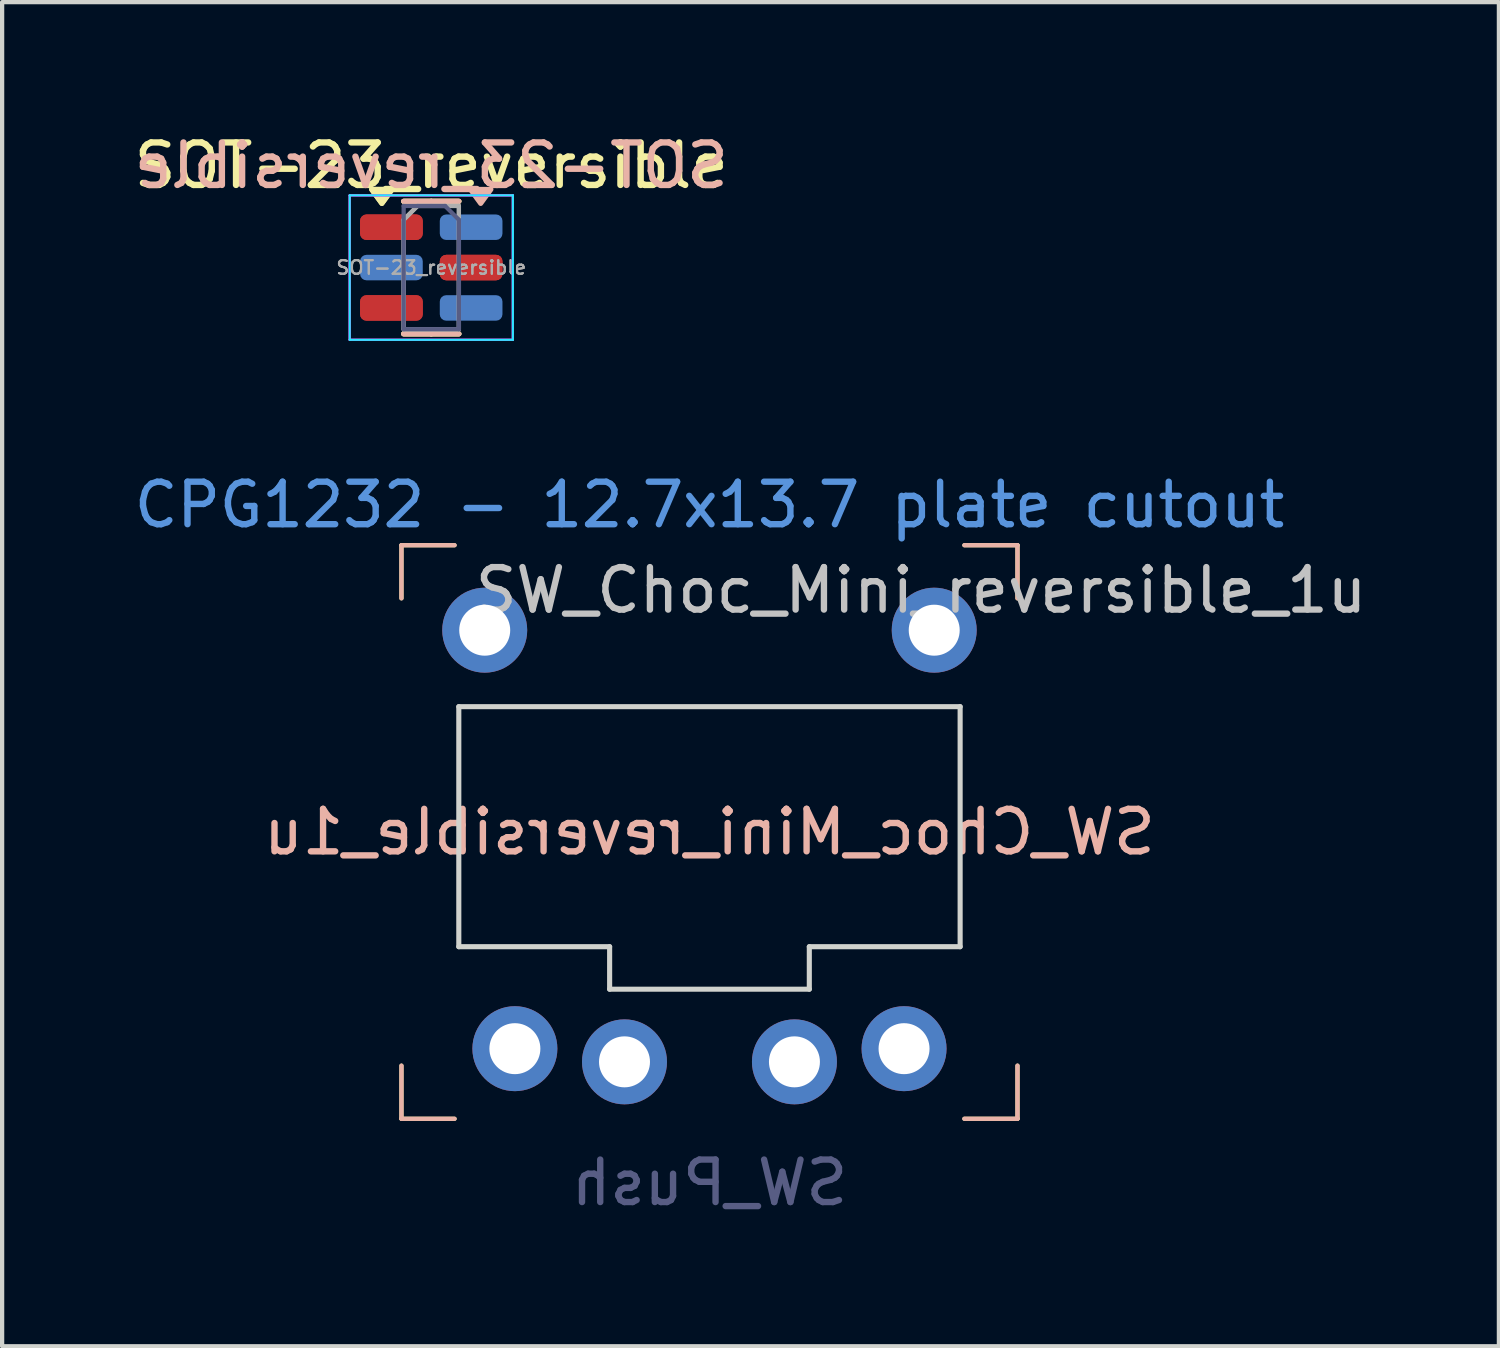
<source format=kicad_pcb>
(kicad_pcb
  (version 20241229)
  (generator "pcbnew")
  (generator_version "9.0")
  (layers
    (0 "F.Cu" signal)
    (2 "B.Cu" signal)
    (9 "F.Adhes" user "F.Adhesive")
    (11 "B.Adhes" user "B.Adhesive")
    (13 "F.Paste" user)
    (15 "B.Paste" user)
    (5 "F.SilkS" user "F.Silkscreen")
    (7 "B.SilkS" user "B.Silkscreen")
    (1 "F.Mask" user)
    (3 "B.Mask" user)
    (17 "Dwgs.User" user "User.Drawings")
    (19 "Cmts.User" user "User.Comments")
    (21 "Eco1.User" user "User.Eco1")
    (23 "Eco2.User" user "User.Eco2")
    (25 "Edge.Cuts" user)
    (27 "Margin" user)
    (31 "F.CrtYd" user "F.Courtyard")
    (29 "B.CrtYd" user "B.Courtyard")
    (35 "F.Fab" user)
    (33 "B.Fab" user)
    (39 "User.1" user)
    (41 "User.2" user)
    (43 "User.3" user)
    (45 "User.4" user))
  (footprint "SOT-23_reversible"
    (layer "F.Cu")
    (at 7.101 3.248)
    (property "Reference" "SOT-23_reversible" (at 0 -2.4 0) (layer "F.SilkS") (effects (font (size 1 1) (thickness 0.15))))
    (attr smd)
    (fp_line (start 0 -1.56) (end -0.65 -1.56) (stroke (width 0.12) (type solid)) (layer "F.SilkS"))
    (fp_line (start 0 -1.56) (end -0.65 -1.56) (stroke (width 0.12) (type solid)) (layer "F.SilkS"))
    (fp_line (start 0 -1.56) (end 0.65 -1.56) (stroke (width 0.12) (type solid)) (layer "F.SilkS"))
    (fp_line (start 0 -1.56) (end 0.65 -1.56) (stroke (width 0.12) (type solid)) (layer "F.SilkS"))
    (fp_line (start 0 1.56) (end -0.65 1.56) (stroke (width 0.12) (type solid)) (layer "F.SilkS"))
    (fp_line (start 0 1.56) (end -0.65 1.56) (stroke (width 0.12) (type solid)) (layer "F.SilkS"))
    (fp_line (start 0 1.56) (end 0.65 1.56) (stroke (width 0.12) (type solid)) (layer "F.SilkS"))
    (fp_line (start 0 1.56) (end 0.65 1.56) (stroke (width 0.12) (type solid)) (layer "F.SilkS"))
    (fp_poly (pts (xy -1.163 -1.51) (xy -1.403 -1.84) (xy -0.922 -1.84) (xy -1.163 -1.51)) (stroke (width 0.12) (type solid)) (fill yes) (layer "F.SilkS"))
    (fp_poly (pts (xy -1.163 -1.51) (xy -1.403 -1.84) (xy -0.922 -1.84) (xy -1.163 -1.51)) (stroke (width 0.12) (type solid)) (fill yes) (layer "F.SilkS"))
    (fp_line (start 0 -1.56) (end -0.65 -1.56) (stroke (width 0.12) (type solid)) (layer "B.SilkS"))
    (fp_line (start 0 -1.56) (end 0.65 -1.56) (stroke (width 0.12) (type solid)) (layer "B.SilkS"))
    (fp_line (start 0 1.56) (end -0.65 1.56) (stroke (width 0.12) (type solid)) (layer "B.SilkS"))
    (fp_line (start 0 1.56) (end 0.65 1.56) (stroke (width 0.12) (type solid)) (layer "B.SilkS"))
    (fp_poly (pts (xy 1.163 -1.51) (xy 1.403 -1.84) (xy 0.922 -1.84) (xy 1.163 -1.51)) (stroke (width 0.12) (type solid)) (fill yes) (layer "B.SilkS"))
    (fp_line (start -1.92 -1.7) (end 1.92 -1.7) (stroke (width 0.05) (type solid)) (layer "B.CrtYd"))
    (fp_line (start -1.92 1.7) (end -1.92 -1.7) (stroke (width 0.05) (type solid)) (layer "B.CrtYd"))
    (fp_line (start 1.92 -1.7) (end 1.92 1.7) (stroke (width 0.05) (type solid)) (layer "B.CrtYd"))
    (fp_line (start 1.92 1.7) (end -1.92 1.7) (stroke (width 0.05) (type solid)) (layer "B.CrtYd"))
    (fp_line (start -1.92 -1.7) (end -1.92 1.7) (stroke (width 0.05) (type solid)) (layer "F.CrtYd"))
    (fp_line (start -1.92 -1.7) (end -1.92 1.7) (stroke (width 0.05) (type solid)) (layer "F.CrtYd"))
    (fp_line (start -1.92 1.7) (end 1.92 1.7) (stroke (width 0.05) (type solid)) (layer "F.CrtYd"))
    (fp_line (start -1.92 1.7) (end 1.92 1.7) (stroke (width 0.05) (type solid)) (layer "F.CrtYd"))
    (fp_line (start 1.92 -1.7) (end -1.92 -1.7) (stroke (width 0.05) (type solid)) (layer "F.CrtYd"))
    (fp_line (start 1.92 -1.7) (end -1.92 -1.7) (stroke (width 0.05) (type solid)) (layer "F.CrtYd"))
    (fp_line (start 1.92 1.7) (end 1.92 -1.7) (stroke (width 0.05) (type solid)) (layer "F.CrtYd"))
    (fp_line (start 1.92 1.7) (end 1.92 -1.7) (stroke (width 0.05) (type solid)) (layer "F.CrtYd"))
    (fp_line (start -0.65 -1.45) (end -0.65 1.45) (stroke (width 0.1) (type solid)) (layer "B.Fab"))
    (fp_line (start -0.65 1.45) (end 0.65 1.45) (stroke (width 0.1) (type solid)) (layer "B.Fab"))
    (fp_line (start 0.325 -1.45) (end -0.65 -1.45) (stroke (width 0.1) (type solid)) (layer "B.Fab"))
    (fp_line (start 0.65 -1.125) (end 0.325 -1.45) (stroke (width 0.1) (type solid)) (layer "B.Fab"))
    (fp_line (start 0.65 1.45) (end 0.65 -1.125) (stroke (width 0.1) (type solid)) (layer "B.Fab"))
    (fp_line (start -0.65 -1.125) (end -0.325 -1.45) (stroke (width 0.1) (type solid)) (layer "F.Fab"))
    (fp_line (start -0.65 -1.125) (end -0.325 -1.45) (stroke (width 0.1) (type solid)) (layer "F.Fab"))
    (fp_line (start -0.65 1.45) (end -0.65 -1.125) (stroke (width 0.1) (type solid)) (layer "F.Fab"))
    (fp_line (start -0.65 1.45) (end -0.65 -1.125) (stroke (width 0.1) (type solid)) (layer "F.Fab"))
    (fp_line (start -0.325 -1.45) (end 0.65 -1.45) (stroke (width 0.1) (type solid)) (layer "F.Fab"))
    (fp_line (start -0.325 -1.45) (end 0.65 -1.45) (stroke (width 0.1) (type solid)) (layer "F.Fab"))
    (fp_line (start 0.65 -1.45) (end 0.65 1.45) (stroke (width 0.1) (type solid)) (layer "F.Fab"))
    (fp_line (start 0.65 -1.45) (end 0.65 1.45) (stroke (width 0.1) (type solid)) (layer "F.Fab"))
    (fp_line (start 0.65 1.45) (end -0.65 1.45) (stroke (width 0.1) (type solid)) (layer "F.Fab"))
    (fp_line (start 0.65 1.45) (end -0.65 1.45) (stroke (width 0.1) (type solid)) (layer "F.Fab"))
    (fp_text user "${REFERENCE}" (at 0 -2.4 0) (layer "B.SilkS") (effects (font (size 1 1) (thickness 0.15)) (justify mirror)))
    (fp_text user "${REFERENCE}" (at 0 0 0) (layer "F.Fab") (effects (font (size 0.32 0.32) (thickness 0.05))))
    (fp_text user "${REFERENCE}" (at 0 0 0) (layer "F.Fab") (effects (font (size 0.32 0.32) (thickness 0.05))))
    (pad "1" smd roundrect (at -0.938 -0.95) (size 1.475 0.6) (layers "F.Cu" "F.Mask" "F.Paste") (roundrect_rratio 0.25))
    (pad "1" smd roundrect (at -0.938 -0.95) (size 1.475 0.6) (layers "F.Cu" "F.Mask" "F.Paste") (roundrect_rratio 0.25))
    (pad "1" smd roundrect (at 0.938 -0.95) (size 1.475 0.6) (layers "B.Cu" "B.Mask" "B.Paste") (roundrect_rratio 0.25))
    (pad "2" smd roundrect (at -0.938 0.95) (size 1.475 0.6) (layers "F.Cu" "F.Mask" "F.Paste") (roundrect_rratio 0.25))
    (pad "2" smd roundrect (at -0.938 0.95) (size 1.475 0.6) (layers "F.Cu" "F.Mask" "F.Paste") (roundrect_rratio 0.25))
    (pad "2" smd roundrect (at 0.938 0.95) (size 1.475 0.6) (layers "B.Cu" "B.Mask" "B.Paste") (roundrect_rratio 0.25))
    (pad "3" smd roundrect (at -0.938 0) (size 1.475 0.6) (layers "B.Cu" "B.Mask" "B.Paste") (roundrect_rratio 0.25))
    (pad "3" smd roundrect (at 0.938 0) (size 1.475 0.6) (layers "F.Cu" "F.Mask" "F.Paste") (roundrect_rratio 0.25))
    (pad "3" smd roundrect (at 0.938 0) (size 1.475 0.6) (layers "F.Cu" "F.Mask" "F.Paste") (roundrect_rratio 0.25)))
  (footprint "SW_Choc_Mini_reversible_1u"
    (layer "F.Cu")
    (at 13.649 16.533)
    (property "Reference" "SW_Choc_Mini_reversible_1u" (at 4.98 -5.69 0) (layer "Dwgs.User") (effects (font (size 1 1) (thickness 0.15))))
    (property "Value" "SW_Push" (at -0.07 8.17 0) (layer "Dwgs.User") (hide yes) (effects (font (size 1 1) (thickness 0.15))))
    (attr through_hole)
    (fp_line (start -7.25 -6.75) (end -7.25 -5.5) (stroke (width 0.1) (type default)) (layer "F.SilkS"))
    (fp_line (start -7.25 -6.75) (end -6 -6.75) (stroke (width 0.1) (type default)) (layer "F.SilkS"))
    (fp_line (start -7.25 6.75) (end -7.25 5.5) (stroke (width 0.1) (type default)) (layer "F.SilkS"))
    (fp_line (start -7.25 6.75) (end -6 6.75) (stroke (width 0.1) (type default)) (layer "F.SilkS"))
    (fp_line (start 7.25 -6.75) (end 6 -6.75) (stroke (width 0.1) (type default)) (layer "F.SilkS"))
    (fp_line (start 7.25 -6.75) (end 7.25 -5.5) (stroke (width 0.1) (type default)) (layer "F.SilkS"))
    (fp_line (start 7.25 6.75) (end 6 6.75) (stroke (width 0.1) (type default)) (layer "F.SilkS"))
    (fp_line (start 7.25 6.75) (end 7.25 5.5) (stroke (width 0.1) (type default)) (layer "F.SilkS"))
    (fp_line (start -7.25 -6.75) (end -7.25 -5.5) (stroke (width 0.1) (type default)) (layer "B.SilkS"))
    (fp_line (start -7.25 -6.75) (end -6 -6.75) (stroke (width 0.1) (type default)) (layer "B.SilkS"))
    (fp_line (start -7.25 6.75) (end -7.25 5.5) (stroke (width 0.1) (type default)) (layer "B.SilkS"))
    (fp_line (start -7.25 6.75) (end -6 6.75) (stroke (width 0.1) (type default)) (layer "B.SilkS"))
    (fp_line (start 7.25 -6.75) (end 6 -6.75) (stroke (width 0.1) (type default)) (layer "B.SilkS"))
    (fp_line (start 7.25 -6.75) (end 7.25 -5.5) (stroke (width 0.1) (type default)) (layer "B.SilkS"))
    (fp_line (start 7.25 6.75) (end 6 6.75) (stroke (width 0.1) (type default)) (layer "B.SilkS"))
    (fp_line (start 7.25 6.75) (end 7.25 5.5) (stroke (width 0.1) (type default)) (layer "B.SilkS"))
    (fp_line (start -9 8.5) (end -9 -8.5) (stroke (width 0.12) (type solid)) (layer "Eco1.User"))
    (fp_line (start 9 -8.5) (end -9 -8.5) (stroke (width 0.12) (type solid)) (layer "Eco1.User"))
    (fp_line (start 9 8.5) (end -9 8.5) (stroke (width 0.12) (type solid)) (layer "Eco1.User"))
    (fp_line (start 9 8.5) (end 9 -8.5) (stroke (width 0.12) (type solid)) (layer "Eco1.User"))
    (fp_line (start -7.25 6.75) (end -7.25 -6.75) (stroke (width 0.15) (type solid)) (layer "Eco2.User"))
    (fp_line (start -2.8 -5.35) (end -2.8 -3.2) (stroke (width 0.15) (type solid)) (layer "Eco2.User"))
    (fp_line (start -2.8 -5.35) (end 2.8 -5.35) (stroke (width 0.15) (type solid)) (layer "Eco2.User"))
    (fp_line (start 2.8 -5.35) (end 2.8 -3.2) (stroke (width 0.15) (type solid)) (layer "Eco2.User"))
    (fp_line (start 2.8 -3.2) (end -2.8 -3.2) (stroke (width 0.15) (type solid)) (layer "Eco2.User"))
    (fp_line (start 7.25 -6.75) (end -7.25 -6.75) (stroke (width 0.15) (type solid)) (layer "Eco2.User"))
    (fp_line (start 7.25 6.75) (end -7.25 6.75) (stroke (width 0.15) (type solid)) (layer "Eco2.User"))
    (fp_line (start 7.25 6.75) (end 7.25 -6.75) (stroke (width 0.15) (type solid)) (layer "Eco2.User"))
    (fp_line (start -5.9 -2.95) (end -5.9 2.7) (stroke (width 0.12) (type solid)) (layer "Edge.Cuts"))
    (fp_line (start -5.9 2.7) (end -2.35 2.7) (stroke (width 0.12) (type solid)) (layer "Edge.Cuts"))
    (fp_line (start -2.35 3.7) (end -2.35 2.7) (stroke (width 0.12) (type solid)) (layer "Edge.Cuts"))
    (fp_line (start 2.35 2.7) (end 2.35 3.7) (stroke (width 0.12) (type solid)) (layer "Edge.Cuts"))
    (fp_line (start 2.35 3.7) (end -2.35 3.7) (stroke (width 0.12) (type solid)) (layer "Edge.Cuts"))
    (fp_line (start 5.9 -2.95) (end -5.9 -2.95) (stroke (width 0.12) (type solid)) (layer "Edge.Cuts"))
    (fp_line (start 5.9 2.7) (end 2.35 2.7) (stroke (width 0.12) (type solid)) (layer "Edge.Cuts"))
    (fp_line (start 5.9 2.7) (end 5.9 -2.95) (stroke (width 0.12) (type solid)) (layer "Edge.Cuts"))
    (fp_text user "${REFERENCE}" (at 0 0 0) (layer "B.SilkS") (effects (font (size 1 1) (thickness 0.15)) (justify mirror)))
    (fp_text user "CPG1232 - 12.7x13.7 plate cutout" (at 0 -7.7 0) (layer "Cmts.User") (effects (font (size 1 1) (thickness 0.15))))
    (fp_text user "${VALUE}" (at 0 8.255 0) (layer "B.Fab") (effects (font (size 1 1) (thickness 0.15)) (justify mirror)))
    (pad "1" thru_hole circle (at -4.58 5.1) (size 2 2) (drill 1.2) (layers "*.Cu" "*.Mask"))
    (pad "1" thru_hole circle (at -2 5.41) (size 2 2) (drill 1.2) (layers "*.Cu" "*.Mask"))
    (pad "2" thru_hole circle (at 2 5.41) (size 2 2) (drill 1.2) (layers "*.Cu" "*.Mask"))
    (pad "2" thru_hole circle (at 4.58 5.1) (size 2 2) (drill 1.2) (layers "*.Cu" "*.Mask"))
    (pad "MP" thru_hole circle (at -5.29 -4.75) (size 2 2) (drill 1.2) (layers "*.Cu" "*.Mask"))
    (pad "MP" thru_hole circle (at 5.29 -4.75) (size 2 2) (drill 1.2) (layers "*.Cu" "*.Mask")))
  (gr_rect
    (start -3 -3)
    (end 32.23 28.637)
    (stroke (width 0.1) (type default))
    (fill no)
    (layer "Edge.Cuts")))
</source>
